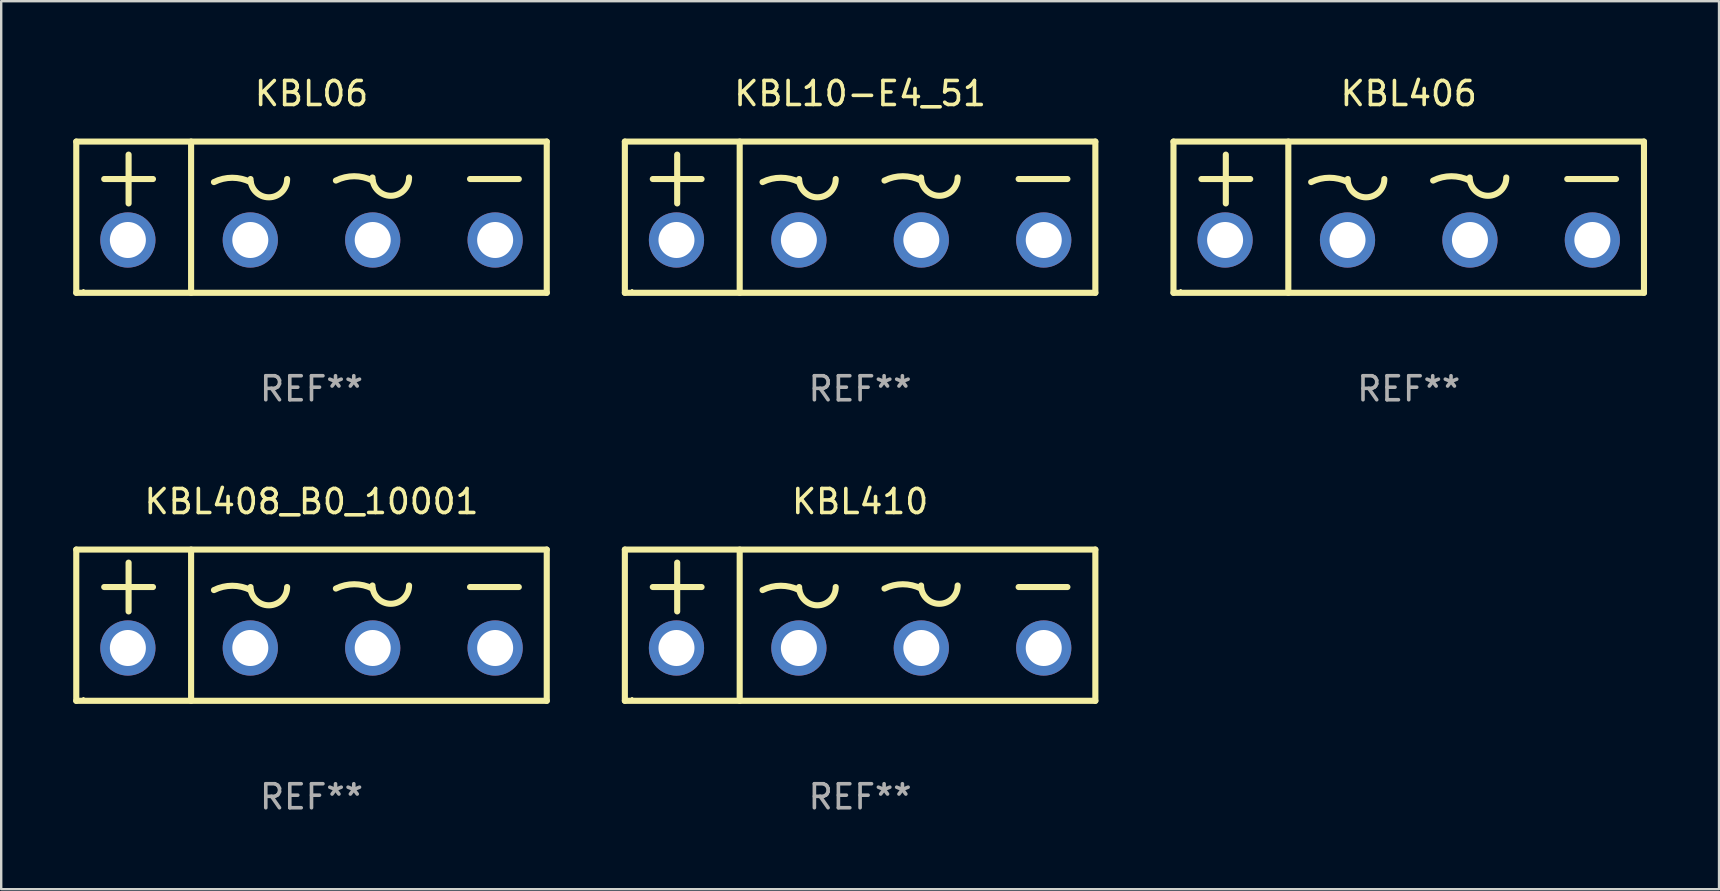
<source format=kicad_pcb>
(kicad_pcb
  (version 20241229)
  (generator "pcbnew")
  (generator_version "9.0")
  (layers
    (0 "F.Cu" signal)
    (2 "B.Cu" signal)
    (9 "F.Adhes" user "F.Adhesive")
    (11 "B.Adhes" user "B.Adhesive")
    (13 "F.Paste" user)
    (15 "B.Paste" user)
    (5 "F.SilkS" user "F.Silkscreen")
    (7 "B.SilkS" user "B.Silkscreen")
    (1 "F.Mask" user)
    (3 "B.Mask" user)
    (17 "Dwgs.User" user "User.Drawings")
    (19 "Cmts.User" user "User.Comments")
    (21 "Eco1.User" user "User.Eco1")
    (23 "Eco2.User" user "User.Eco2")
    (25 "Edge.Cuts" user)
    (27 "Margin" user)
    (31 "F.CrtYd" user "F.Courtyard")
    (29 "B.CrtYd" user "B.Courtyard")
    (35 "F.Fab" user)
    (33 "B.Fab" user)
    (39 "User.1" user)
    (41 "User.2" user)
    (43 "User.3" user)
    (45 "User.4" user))
  (footprint "KBL406"
    (layer "F.Cu")
    (at 55.636 5.998)
    (property "Reference" "KBL406" (at 0 -5.15 0) (layer "F.SilkS") (effects (font (size 1 1) (thickness 0.15))))
    (attr through_hole)
    (fp_line (start -9.8 -3.15) (end 9.8 -3.15) (stroke (width 0.254) (type solid)) (layer "F.SilkS"))
    (fp_line (start -9.8 3.15) (end -9.8 -3.15) (stroke (width 0.254) (type solid)) (layer "F.SilkS"))
    (fp_line (start -8.636 -1.59) (end -6.604 -1.59) (stroke (width 0.254) (type solid)) (layer "F.SilkS"))
    (fp_line (start -7.62 -2.606) (end -7.62 -0.574) (stroke (width 0.254) (type solid)) (layer "F.SilkS"))
    (fp_line (start -5.016 -3.15) (end -5.016 3.15) (stroke (width 0.254) (type solid)) (layer "F.SilkS"))
    (fp_line (start 6.604 -1.59) (end 8.636 -1.59) (stroke (width 0.254) (type solid)) (layer "F.SilkS"))
    (fp_line (start 9.8 3.15) (end -9.8 3.15) (stroke (width 0.254) (type solid)) (layer "F.SilkS"))
    (fp_line (start 9.8 3.15) (end 9.8 -3.15) (stroke (width 0.254) (type solid)) (layer "F.SilkS"))
    (fp_arc (start -4.064008 -1.463005) (mid -3.302007 -1.642889) (end -2.540005 -1.463005) (stroke (width 0.254001) (type solid)) (layer "F.SilkS"))
    (fp_arc (start -1.016002 -1.590005) (mid -1.778004 -0.828003) (end -2.540006 -1.590005) (stroke (width 0.254001) (type solid)) (layer "F.SilkS"))
    (fp_arc (start 1.016002 -1.526505) (mid 1.778004 -1.706389) (end 2.540005 -1.526505) (stroke (width 0.254001) (type solid)) (layer "F.SilkS"))
    (fp_arc (start 4.064008 -1.653505) (mid 3.302007 -0.891504) (end 2.540006 -1.653505) (stroke (width 0.254001) (type solid)) (layer "F.SilkS"))
    (fp_circle (center -9.5 3.05) (end -9.47 3.05) (stroke (width 0.06) (type solid)) (fill no) (layer "F.SilkS"))
    (fp_text user "REF**" (at 0 7.15 0) (layer "F.Fab") (effects (font (size 1 1) (thickness 0.15))))
    (pad "1" thru_hole circle (at -7.65 0.95) (size 2.3 2.3) (drill 1.5) (layers "*.Cu" "*.Mask"))
    (pad "2" thru_hole circle (at -2.55 0.95) (size 2.3 2.3) (drill 1.5) (layers "*.Cu" "*.Mask"))
    (pad "3" thru_hole circle (at 2.55 0.95) (size 2.3 2.3) (drill 1.5) (layers "*.Cu" "*.Mask"))
    (pad "4" thru_hole circle (at 7.65 0.95) (size 2.3 2.3) (drill 1.5) (layers "*.Cu" "*.Mask")))
  (footprint "KBL10-E4_51"
    (layer "F.Cu")
    (at 32.781 5.998)
    (property "Reference" "KBL10-E4_51" (at 0 -5.15 0) (layer "F.SilkS") (effects (font (size 1 1) (thickness 0.15))))
    (attr through_hole)
    (fp_line (start -9.8 -3.15) (end 9.8 -3.15) (stroke (width 0.254) (type solid)) (layer "F.SilkS"))
    (fp_line (start -9.8 3.15) (end -9.8 -3.15) (stroke (width 0.254) (type solid)) (layer "F.SilkS"))
    (fp_line (start -8.636 -1.59) (end -6.604 -1.59) (stroke (width 0.254) (type solid)) (layer "F.SilkS"))
    (fp_line (start -7.62 -2.606) (end -7.62 -0.574) (stroke (width 0.254) (type solid)) (layer "F.SilkS"))
    (fp_line (start -5.016 -3.15) (end -5.016 3.15) (stroke (width 0.254) (type solid)) (layer "F.SilkS"))
    (fp_line (start 6.604 -1.59) (end 8.636 -1.59) (stroke (width 0.254) (type solid)) (layer "F.SilkS"))
    (fp_line (start 9.8 3.15) (end -9.8 3.15) (stroke (width 0.254) (type solid)) (layer "F.SilkS"))
    (fp_line (start 9.8 3.15) (end 9.8 -3.15) (stroke (width 0.254) (type solid)) (layer "F.SilkS"))
    (fp_arc (start -4.064008 -1.463005) (mid -3.302007 -1.642889) (end -2.540005 -1.463005) (stroke (width 0.254001) (type solid)) (layer "F.SilkS"))
    (fp_arc (start -1.016002 -1.590005) (mid -1.778004 -0.828003) (end -2.540006 -1.590005) (stroke (width 0.254001) (type solid)) (layer "F.SilkS"))
    (fp_arc (start 1.016002 -1.526505) (mid 1.778004 -1.706389) (end 2.540005 -1.526505) (stroke (width 0.254001) (type solid)) (layer "F.SilkS"))
    (fp_arc (start 4.064008 -1.653505) (mid 3.302007 -0.891504) (end 2.540006 -1.653505) (stroke (width 0.254001) (type solid)) (layer "F.SilkS"))
    (fp_circle (center -9.5 3.05) (end -9.47 3.05) (stroke (width 0.06) (type solid)) (fill no) (layer "F.SilkS"))
    (fp_text user "REF**" (at 0 7.15 0) (layer "F.Fab") (effects (font (size 1 1) (thickness 0.15))))
    (pad "1" thru_hole circle (at -7.65 0.95) (size 2.3 2.3) (drill 1.5) (layers "*.Cu" "*.Mask"))
    (pad "2" thru_hole circle (at -2.55 0.95) (size 2.3 2.3) (drill 1.5) (layers "*.Cu" "*.Mask"))
    (pad "3" thru_hole circle (at 2.55 0.95) (size 2.3 2.3) (drill 1.5) (layers "*.Cu" "*.Mask"))
    (pad "4" thru_hole circle (at 7.65 0.95) (size 2.3 2.3) (drill 1.5) (layers "*.Cu" "*.Mask")))
  (footprint "KBL410"
    (layer "F.Cu")
    (at 32.781 22.995)
    (property "Reference" "KBL410" (at 0 -5.15 0) (layer "F.SilkS") (effects (font (size 1 1) (thickness 0.15))))
    (attr through_hole)
    (fp_line (start -9.8 -3.15) (end 9.8 -3.15) (stroke (width 0.254) (type solid)) (layer "F.SilkS"))
    (fp_line (start -9.8 3.15) (end -9.8 -3.15) (stroke (width 0.254) (type solid)) (layer "F.SilkS"))
    (fp_line (start -8.636 -1.59) (end -6.604 -1.59) (stroke (width 0.254) (type solid)) (layer "F.SilkS"))
    (fp_line (start -7.62 -2.606) (end -7.62 -0.574) (stroke (width 0.254) (type solid)) (layer "F.SilkS"))
    (fp_line (start -5.016 -3.15) (end -5.016 3.15) (stroke (width 0.254) (type solid)) (layer "F.SilkS"))
    (fp_line (start 6.604 -1.59) (end 8.636 -1.59) (stroke (width 0.254) (type solid)) (layer "F.SilkS"))
    (fp_line (start 9.8 3.15) (end -9.8 3.15) (stroke (width 0.254) (type solid)) (layer "F.SilkS"))
    (fp_line (start 9.8 3.15) (end 9.8 -3.15) (stroke (width 0.254) (type solid)) (layer "F.SilkS"))
    (fp_arc (start -4.064008 -1.463005) (mid -3.302007 -1.642889) (end -2.540005 -1.463005) (stroke (width 0.254001) (type solid)) (layer "F.SilkS"))
    (fp_arc (start -1.016002 -1.590005) (mid -1.778004 -0.828003) (end -2.540006 -1.590005) (stroke (width 0.254001) (type solid)) (layer "F.SilkS"))
    (fp_arc (start 1.016002 -1.526505) (mid 1.778004 -1.706389) (end 2.540005 -1.526505) (stroke (width 0.254001) (type solid)) (layer "F.SilkS"))
    (fp_arc (start 4.064008 -1.653505) (mid 3.302007 -0.891504) (end 2.540006 -1.653505) (stroke (width 0.254001) (type solid)) (layer "F.SilkS"))
    (fp_circle (center -9.5 3.05) (end -9.47 3.05) (stroke (width 0.06) (type solid)) (fill no) (layer "F.SilkS"))
    (fp_text user "REF**" (at 0 7.15 0) (layer "F.Fab") (effects (font (size 1 1) (thickness 0.15))))
    (pad "1" thru_hole circle (at -7.65 0.95) (size 2.3 2.3) (drill 1.5) (layers "*.Cu" "*.Mask"))
    (pad "2" thru_hole circle (at -2.55 0.95) (size 2.3 2.3) (drill 1.5) (layers "*.Cu" "*.Mask"))
    (pad "3" thru_hole circle (at 2.55 0.95) (size 2.3 2.3) (drill 1.5) (layers "*.Cu" "*.Mask"))
    (pad "4" thru_hole circle (at 7.65 0.95) (size 2.3 2.3) (drill 1.5) (layers "*.Cu" "*.Mask")))
  (footprint "KBL06"
    (layer "F.Cu")
    (at 9.927 5.998)
    (property "Reference" "KBL06" (at 0 -5.15 0) (layer "F.SilkS") (effects (font (size 1 1) (thickness 0.15))))
    (attr through_hole)
    (fp_line (start -9.8 -3.15) (end 9.8 -3.15) (stroke (width 0.254) (type solid)) (layer "F.SilkS"))
    (fp_line (start -9.8 3.15) (end -9.8 -3.15) (stroke (width 0.254) (type solid)) (layer "F.SilkS"))
    (fp_line (start -8.636 -1.59) (end -6.604 -1.59) (stroke (width 0.254) (type solid)) (layer "F.SilkS"))
    (fp_line (start -7.62 -2.606) (end -7.62 -0.574) (stroke (width 0.254) (type solid)) (layer "F.SilkS"))
    (fp_line (start -5.016 -3.15) (end -5.016 3.15) (stroke (width 0.254) (type solid)) (layer "F.SilkS"))
    (fp_line (start 6.604 -1.59) (end 8.636 -1.59) (stroke (width 0.254) (type solid)) (layer "F.SilkS"))
    (fp_line (start 9.8 3.15) (end -9.8 3.15) (stroke (width 0.254) (type solid)) (layer "F.SilkS"))
    (fp_line (start 9.8 3.15) (end 9.8 -3.15) (stroke (width 0.254) (type solid)) (layer "F.SilkS"))
    (fp_arc (start -4.064008 -1.463005) (mid -3.302007 -1.642889) (end -2.540005 -1.463005) (stroke (width 0.254001) (type solid)) (layer "F.SilkS"))
    (fp_arc (start -1.016002 -1.590005) (mid -1.778004 -0.828003) (end -2.540006 -1.590005) (stroke (width 0.254001) (type solid)) (layer "F.SilkS"))
    (fp_arc (start 1.016002 -1.526505) (mid 1.778004 -1.706389) (end 2.540005 -1.526505) (stroke (width 0.254001) (type solid)) (layer "F.SilkS"))
    (fp_arc (start 4.064008 -1.653505) (mid 3.302007 -0.891504) (end 2.540006 -1.653505) (stroke (width 0.254001) (type solid)) (layer "F.SilkS"))
    (fp_circle (center -9.5 3.05) (end -9.47 3.05) (stroke (width 0.06) (type solid)) (fill no) (layer "F.SilkS"))
    (fp_text user "REF**" (at 0 7.15 0) (layer "F.Fab") (effects (font (size 1 1) (thickness 0.15))))
    (pad "1" thru_hole circle (at -7.65 0.95) (size 2.3 2.3) (drill 1.5) (layers "*.Cu" "*.Mask"))
    (pad "2" thru_hole circle (at -2.55 0.95) (size 2.3 2.3) (drill 1.5) (layers "*.Cu" "*.Mask"))
    (pad "3" thru_hole circle (at 2.55 0.95) (size 2.3 2.3) (drill 1.5) (layers "*.Cu" "*.Mask"))
    (pad "4" thru_hole circle (at 7.65 0.95) (size 2.3 2.3) (drill 1.5) (layers "*.Cu" "*.Mask")))
  (footprint "KBL408_B0_10001"
    (layer "F.Cu")
    (at 9.927 22.995)
    (property "Reference" "KBL408_B0_10001" (at 0 -5.15 0) (layer "F.SilkS") (effects (font (size 1 1) (thickness 0.15))))
    (attr through_hole)
    (fp_line (start -9.8 -3.15) (end 9.8 -3.15) (stroke (width 0.254) (type solid)) (layer "F.SilkS"))
    (fp_line (start -9.8 3.15) (end -9.8 -3.15) (stroke (width 0.254) (type solid)) (layer "F.SilkS"))
    (fp_line (start -8.636 -1.59) (end -6.604 -1.59) (stroke (width 0.254) (type solid)) (layer "F.SilkS"))
    (fp_line (start -7.62 -2.606) (end -7.62 -0.574) (stroke (width 0.254) (type solid)) (layer "F.SilkS"))
    (fp_line (start -5.016 -3.15) (end -5.016 3.15) (stroke (width 0.254) (type solid)) (layer "F.SilkS"))
    (fp_line (start 6.604 -1.59) (end 8.636 -1.59) (stroke (width 0.254) (type solid)) (layer "F.SilkS"))
    (fp_line (start 9.8 3.15) (end -9.8 3.15) (stroke (width 0.254) (type solid)) (layer "F.SilkS"))
    (fp_line (start 9.8 3.15) (end 9.8 -3.15) (stroke (width 0.254) (type solid)) (layer "F.SilkS"))
    (fp_arc (start -4.064008 -1.463005) (mid -3.302007 -1.642889) (end -2.540005 -1.463005) (stroke (width 0.254001) (type solid)) (layer "F.SilkS"))
    (fp_arc (start -1.016002 -1.590005) (mid -1.778004 -0.828003) (end -2.540006 -1.590005) (stroke (width 0.254001) (type solid)) (layer "F.SilkS"))
    (fp_arc (start 1.016002 -1.526505) (mid 1.778004 -1.706389) (end 2.540005 -1.526505) (stroke (width 0.254001) (type solid)) (layer "F.SilkS"))
    (fp_arc (start 4.064008 -1.653505) (mid 3.302007 -0.891504) (end 2.540006 -1.653505) (stroke (width 0.254001) (type solid)) (layer "F.SilkS"))
    (fp_circle (center -9.5 3.05) (end -9.47 3.05) (stroke (width 0.06) (type solid)) (fill no) (layer "F.SilkS"))
    (fp_text user "REF**" (at 0 7.15 0) (layer "F.Fab") (effects (font (size 1 1) (thickness 0.15))))
    (pad "1" thru_hole circle (at -7.65 0.95) (size 2.3 2.3) (drill 1.5) (layers "*.Cu" "*.Mask"))
    (pad "2" thru_hole circle (at -2.55 0.95) (size 2.3 2.3) (drill 1.5) (layers "*.Cu" "*.Mask"))
    (pad "3" thru_hole circle (at 2.55 0.95) (size 2.3 2.3) (drill 1.5) (layers "*.Cu" "*.Mask"))
    (pad "4" thru_hole circle (at 7.65 0.95) (size 2.3 2.3) (drill 1.5) (layers "*.Cu" "*.Mask")))
  (gr_rect
    (start -3 -3)
    (end 68.563 33.993)
    (stroke (width 0.1) (type default))
    (fill no)
    (layer "Edge.Cuts")))
</source>
